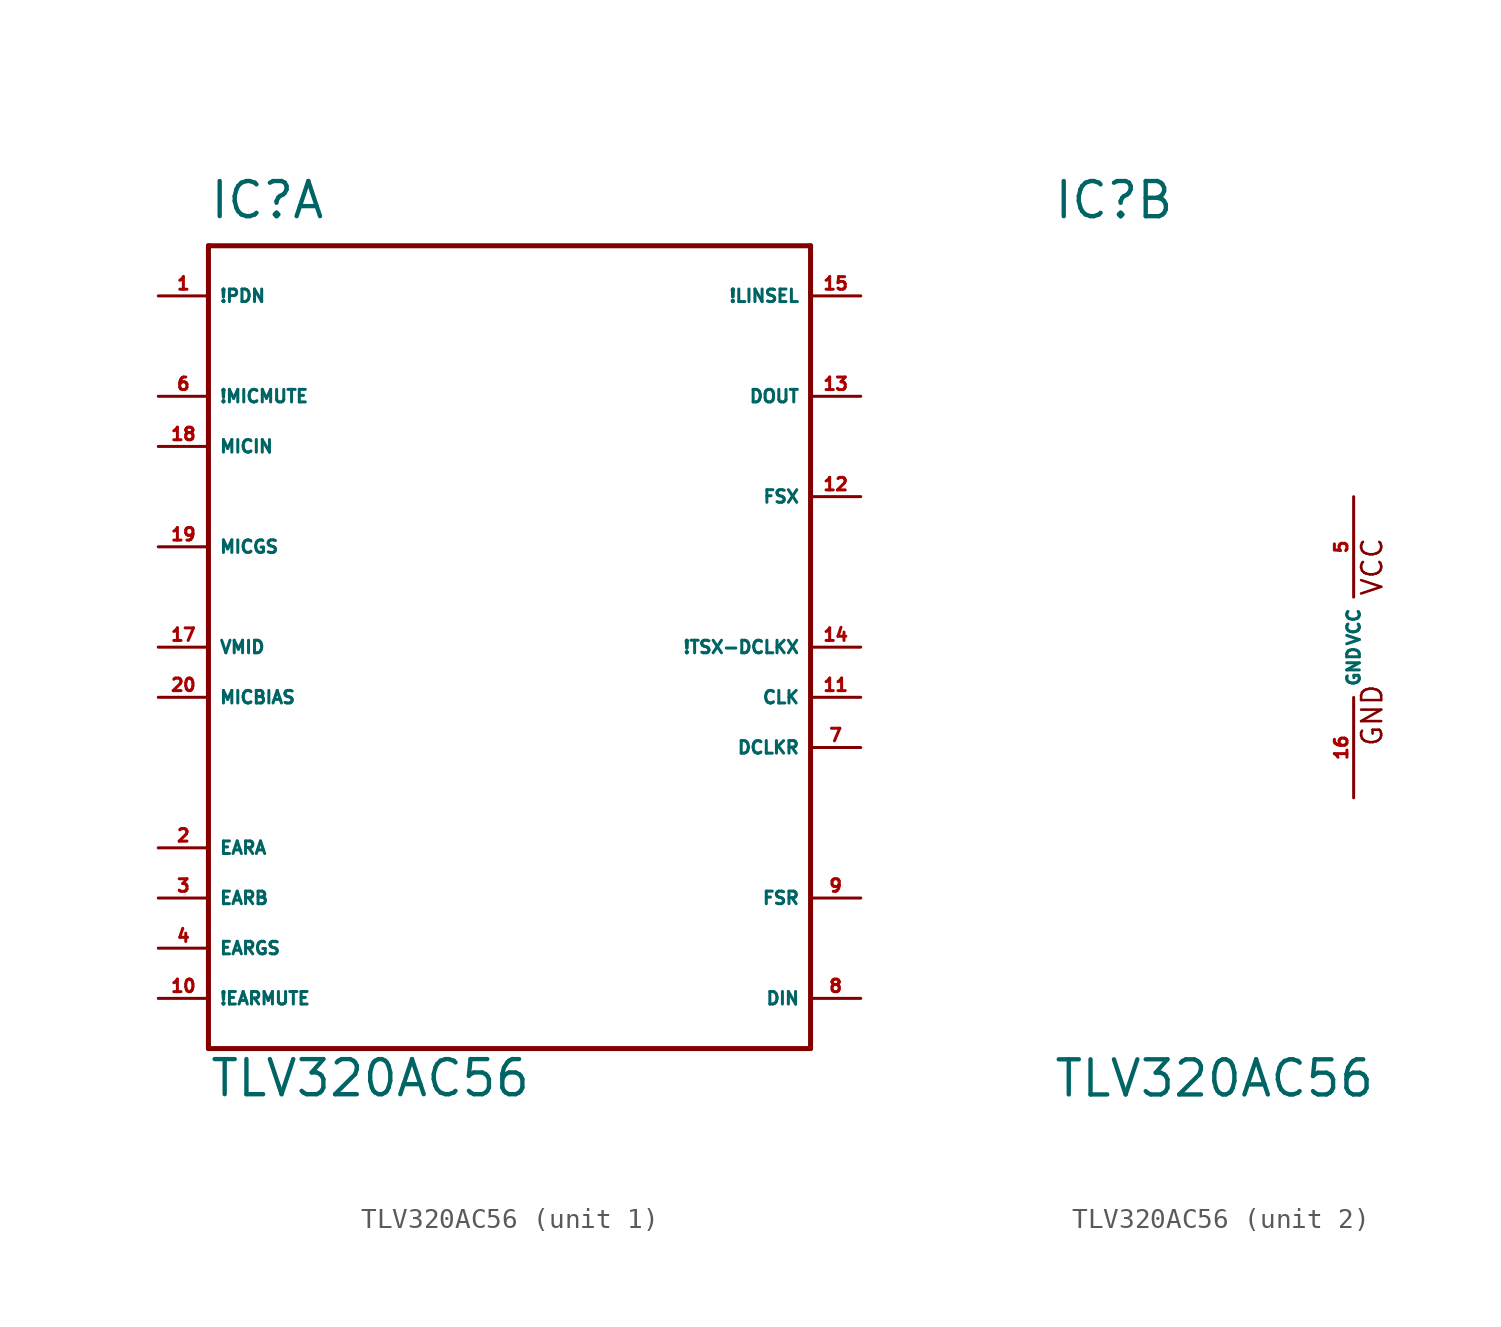
<source format=kicad_sym>
(kicad_symbol_lib
  (version 20220914)
  (generator Eagle2Kicad)
  (symbol "TLV320AC56"
    (property "Reference" "IC"
      (at -15.24 21.59 0)
      (effects (font (size 1.778 1.778) (thickness 0.22)) (justify left bottom)))
    (property "Value" "TLV320AC56"
      (at -15.24 -22.86 0)
      (effects (font (size 1.778 1.778) (thickness 0.22)) (justify left bottom)))
    (symbol "TLV320AC56_1_0"
      (polyline (pts (xy -15.24 20.32) (xy 15.24 20.32)) (stroke (width 0.254) (type default)) (fill (type none)))
      (polyline (pts (xy 15.24 20.32) (xy 15.24 -20.32)) (stroke (width 0.254) (type default)) (fill (type none)))
      (polyline (pts (xy 15.24 -20.32) (xy -15.24 -20.32)) (stroke (width 0.254) (type default)) (fill (type none)))
      (polyline (pts (xy -15.24 -20.32) (xy -15.24 20.32)) (stroke (width 0.254) (type default)) (fill (type none)))
      (pin input line (at -17.78 17.78 0) (length 2.54) (name "!PDN" (effects (font (size 0.635 0.635) (thickness 0.08)) (justify left bottom))) (number "1" (effects (font (size 0.635 0.635) (thickness 0.08)) (justify left bottom))))
      (pin output line (at -17.78 -10.16 0) (length 2.54) (name "EARA" (effects (font (size 0.635 0.635) (thickness 0.08)) (justify left bottom))) (number "2" (effects (font (size 0.635 0.635) (thickness 0.08)) (justify left bottom))))
      (pin output line (at -17.78 -12.7 0) (length 2.54) (name "EARB" (effects (font (size 0.635 0.635) (thickness 0.08)) (justify left bottom))) (number "3" (effects (font (size 0.635 0.635) (thickness 0.08)) (justify left bottom))))
      (pin input line (at -17.78 -15.24 0) (length 2.54) (name "EARGS" (effects (font (size 0.635 0.635) (thickness 0.08)) (justify left bottom))) (number "4" (effects (font (size 0.635 0.635) (thickness 0.08)) (justify left bottom))))
      (pin input line (at -17.78 12.7 0) (length 2.54) (name "!MICMUTE" (effects (font (size 0.635 0.635) (thickness 0.08)) (justify left bottom))) (number "6" (effects (font (size 0.635 0.635) (thickness 0.08)) (justify left bottom))))
      (pin input line (at 17.78 -5.08 180) (length 2.54) (name "DCLKR" (effects (font (size 0.635 0.635) (thickness 0.08)) (justify left bottom))) (number "7" (effects (font (size 0.635 0.635) (thickness 0.08)) (justify left bottom))))
      (pin input line (at 17.78 -17.78 180) (length 2.54) (name "DIN" (effects (font (size 0.635 0.635) (thickness 0.08)) (justify left bottom))) (number "8" (effects (font (size 0.635 0.635) (thickness 0.08)) (justify left bottom))))
      (pin input line (at 17.78 -12.7 180) (length 2.54) (name "FSR" (effects (font (size 0.635 0.635) (thickness 0.08)) (justify left bottom))) (number "9" (effects (font (size 0.635 0.635) (thickness 0.08)) (justify left bottom))))
      (pin input line (at -17.78 -17.78 0) (length 2.54) (name "!EARMUTE" (effects (font (size 0.635 0.635) (thickness 0.08)) (justify left bottom))) (number "10" (effects (font (size 0.635 0.635) (thickness 0.08)) (justify left bottom))))
      (pin input line (at 17.78 -2.54 180) (length 2.54) (name "CLK" (effects (font (size 0.635 0.635) (thickness 0.08)) (justify left bottom))) (number "11" (effects (font (size 0.635 0.635) (thickness 0.08)) (justify left bottom))))
      (pin input line (at 17.78 7.62 180) (length 2.54) (name "FSX" (effects (font (size 0.635 0.635) (thickness 0.08)) (justify left bottom))) (number "12" (effects (font (size 0.635 0.635) (thickness 0.08)) (justify left bottom))))
      (pin output line (at 17.78 12.7 180) (length 2.54) (name "DOUT" (effects (font (size 0.635 0.635) (thickness 0.08)) (justify left bottom))) (number "13" (effects (font (size 0.635 0.635) (thickness 0.08)) (justify left bottom))))
      (pin bidirectional line (at 17.78 0 180) (length 2.54) (name "!TSX-DCLKX" (effects (font (size 0.635 0.635) (thickness 0.08)) (justify left bottom))) (number "14" (effects (font (size 0.635 0.635) (thickness 0.08)) (justify left bottom))))
      (pin input line (at 17.78 17.78 180) (length 2.54) (name "!LINSEL" (effects (font (size 0.635 0.635) (thickness 0.08)) (justify left bottom))) (number "15" (effects (font (size 0.635 0.635) (thickness 0.08)) (justify left bottom))))
      (pin output line (at -17.78 0 0) (length 2.54) (name "VMID" (effects (font (size 0.635 0.635) (thickness 0.08)) (justify left bottom))) (number "17" (effects (font (size 0.635 0.635) (thickness 0.08)) (justify left bottom))))
      (pin input line (at -17.78 10.16 0) (length 2.54) (name "MICIN" (effects (font (size 0.635 0.635) (thickness 0.08)) (justify left bottom))) (number "18" (effects (font (size 0.635 0.635) (thickness 0.08)) (justify left bottom))))
      (pin output line (at -17.78 5.08 0) (length 2.54) (name "MICGS" (effects (font (size 0.635 0.635) (thickness 0.08)) (justify left bottom))) (number "19" (effects (font (size 0.635 0.635) (thickness 0.08)) (justify left bottom))))
      (pin output line (at -17.78 -2.54 0) (length 2.54) (name "MICBIAS" (effects (font (size 0.635 0.635) (thickness 0.08)) (justify left bottom))) (number "20" (effects (font (size 0.635 0.635) (thickness 0.08)) (justify left bottom)))))
    (symbol "TLV320AC56_2_0"
      (text "GND" (at 1.524 -5.08 900) (effects (font (size 1.016 1.016) (thickness 0.13)) (justify left bottom)))
      (text "VCC" (at 1.524 2.54 900) (effects (font (size 1.016 1.016) (thickness 0.13)) (justify left bottom)))
      (pin unspecified line (at 0 7.62 270) (length 5.08) (name "VCC" (effects (font (size 0.635 0.635) (thickness 0.08)) (justify left bottom))) (number "5" (effects (font (size 0.635 0.635) (thickness 0.08)) (justify left bottom))))
      (pin unspecified line (at 0 -7.62 90) (length 5.08) (name "GND" (effects (font (size 0.635 0.635) (thickness 0.08)) (justify left bottom))) (number "16" (effects (font (size 0.635 0.635) (thickness 0.08)) (justify left bottom)))))))
</source>
